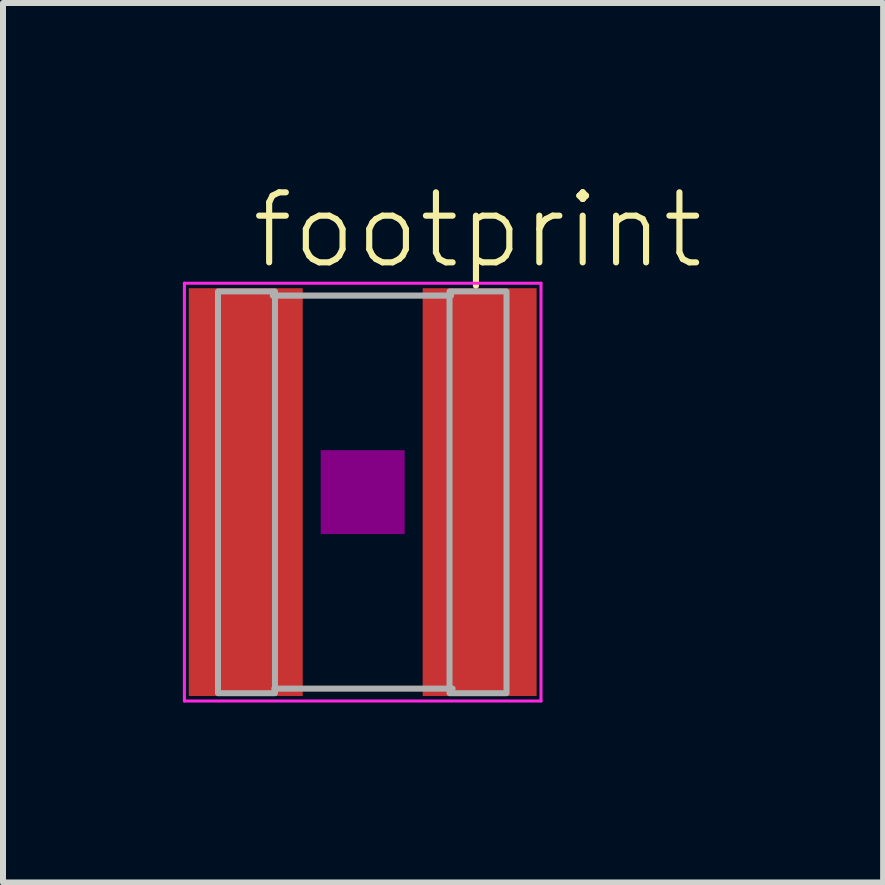
<source format=kicad_pcb>
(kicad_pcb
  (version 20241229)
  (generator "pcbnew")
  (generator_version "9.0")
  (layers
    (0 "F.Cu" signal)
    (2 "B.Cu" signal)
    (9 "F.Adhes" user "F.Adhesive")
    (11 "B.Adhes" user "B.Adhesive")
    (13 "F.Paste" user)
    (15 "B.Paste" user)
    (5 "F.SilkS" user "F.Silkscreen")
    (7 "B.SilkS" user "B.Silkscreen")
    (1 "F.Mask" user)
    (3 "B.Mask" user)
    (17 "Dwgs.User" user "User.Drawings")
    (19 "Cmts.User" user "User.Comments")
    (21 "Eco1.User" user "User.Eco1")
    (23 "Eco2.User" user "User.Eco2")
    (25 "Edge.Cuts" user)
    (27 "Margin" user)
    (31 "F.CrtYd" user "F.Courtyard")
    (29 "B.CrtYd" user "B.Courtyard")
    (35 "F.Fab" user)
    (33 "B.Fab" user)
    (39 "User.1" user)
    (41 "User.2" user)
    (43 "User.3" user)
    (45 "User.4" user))
  (footprint "footprint"
    (layer "F.Cu")
    (at 2.998 5.156)
    (property "Reference" "footprint" (at -1.905 -3.683 0) (layer "F.SilkS") (effects (font (size 1.168 1.168) (thickness 0.102)) (justify left bottom)))
    (fp_poly (pts (xy -0.7 0.7) (xy 0.7 0.7) (xy 0.7 -0.7) (xy -0.7 -0.7)) (stroke (width 0) (type solid)) (fill yes) (layer "F.Adhes"))
    (fp_line (start -2.973 -3.483) (end 2.973 -3.483) (stroke (width 0.051) (type solid)) (layer "F.CrtYd"))
    (fp_line (start -2.973 3.483) (end -2.973 -3.483) (stroke (width 0.051) (type solid)) (layer "F.CrtYd"))
    (fp_line (start 2.973 -3.483) (end 2.973 3.483) (stroke (width 0.051) (type solid)) (layer "F.CrtYd"))
    (fp_line (start 2.973 3.483) (end -2.973 3.483) (stroke (width 0.051) (type solid)) (layer "F.CrtYd"))
    (fp_line (start -1.499 -3.277) (end 1.473 -3.277) (stroke (width 0.102) (type solid)) (layer "F.Fab"))
    (fp_line (start -1.473 3.277) (end 1.499 3.277) (stroke (width 0.102) (type solid)) (layer "F.Fab"))
    (fp_poly (pts (xy -2.413 3.353) (xy -1.463 3.353) (xy -1.463 -3.347) (xy -2.413 -3.347)) (stroke (width 0.1) (type solid)) (fill no) (layer "F.Fab"))
    (fp_poly (pts (xy 1.448 3.353) (xy 2.398 3.353) (xy 2.398 -3.347) (xy 1.448 -3.347)) (stroke (width 0.1) (type solid)) (fill no) (layer "F.Fab"))
    (pad "1" smd rect (at -1.95 0) (size 1.9 6.8) (layers "F.Cu" "F.Mask" "F.Paste"))
    (pad "2" smd rect (at 1.95 0) (size 1.9 6.8) (layers "F.Cu" "F.Mask" "F.Paste")))
  (gr_rect
    (start -3 -3)
    (end 11.676 11.665)
    (stroke (width 0.1) (type default))
    (fill no)
    (layer "Edge.Cuts")))
</source>
